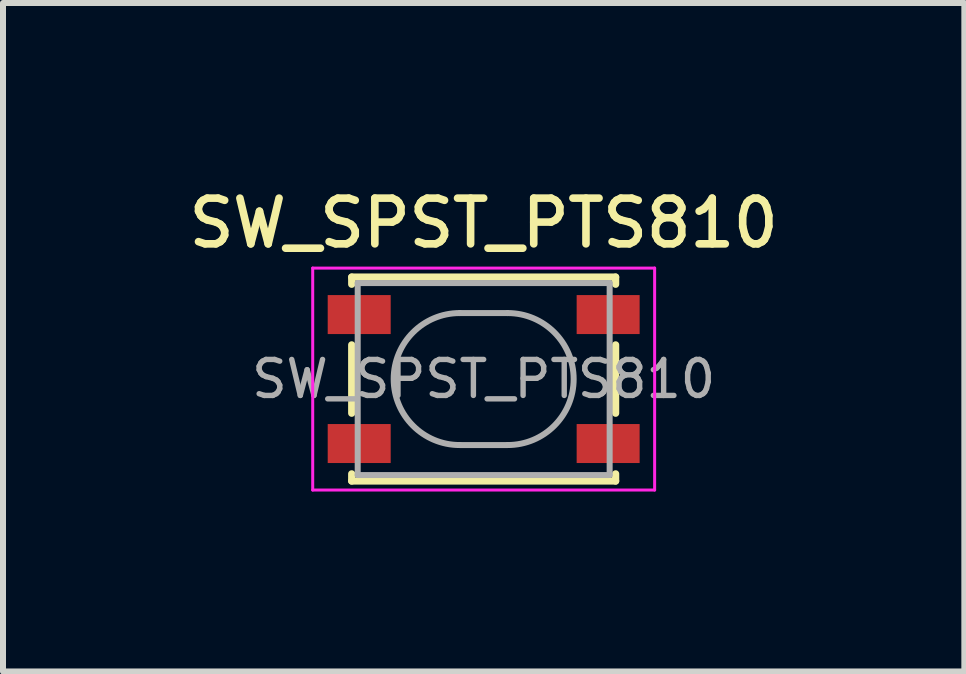
<source format=kicad_pcb>
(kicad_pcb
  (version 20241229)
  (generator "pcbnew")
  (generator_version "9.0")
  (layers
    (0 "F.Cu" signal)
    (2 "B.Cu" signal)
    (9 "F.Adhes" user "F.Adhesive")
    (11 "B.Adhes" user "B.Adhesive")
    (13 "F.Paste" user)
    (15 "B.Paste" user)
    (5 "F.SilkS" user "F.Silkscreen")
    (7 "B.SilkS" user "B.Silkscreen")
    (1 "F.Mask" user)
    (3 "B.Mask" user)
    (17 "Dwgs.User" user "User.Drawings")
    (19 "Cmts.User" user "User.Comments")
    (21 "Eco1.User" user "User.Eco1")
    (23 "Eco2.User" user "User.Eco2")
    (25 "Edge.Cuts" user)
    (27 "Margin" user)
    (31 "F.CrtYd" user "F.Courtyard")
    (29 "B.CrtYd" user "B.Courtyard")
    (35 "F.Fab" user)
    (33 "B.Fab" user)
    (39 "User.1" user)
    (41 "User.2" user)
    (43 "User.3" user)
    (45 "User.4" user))
  (footprint "SW_SPST_PTS810"
    (layer "F.Cu")
    (at 5.013 3.269)
    (property "Reference" "SW_SPST_PTS810" (at 0 -2.6 0) (layer "F.SilkS") (effects (font (size 0.762 0.762) (thickness 0.127))))
    (attr smd)
    (fp_line (start -2.2 -1.7) (end -2.2 -1.58) (stroke (width 0.12) (type solid)) (layer "F.SilkS"))
    (fp_line (start -2.2 -0.57) (end -2.2 0.57) (stroke (width 0.12) (type solid)) (layer "F.SilkS"))
    (fp_line (start -2.2 1.58) (end -2.2 1.7) (stroke (width 0.12) (type solid)) (layer "F.SilkS"))
    (fp_line (start -2.2 1.7) (end 2.2 1.7) (stroke (width 0.12) (type solid)) (layer "F.SilkS"))
    (fp_line (start 2.2 -1.7) (end -2.2 -1.7) (stroke (width 0.12) (type solid)) (layer "F.SilkS"))
    (fp_line (start 2.2 -1.58) (end 2.2 -1.7) (stroke (width 0.12) (type solid)) (layer "F.SilkS"))
    (fp_line (start 2.2 0.57) (end 2.2 -0.57) (stroke (width 0.12) (type solid)) (layer "F.SilkS"))
    (fp_line (start 2.2 1.7) (end 2.2 1.58) (stroke (width 0.12) (type solid)) (layer "F.SilkS"))
    (fp_line (start -2.85 -1.85) (end 2.85 -1.85) (stroke (width 0.05) (type solid)) (layer "F.CrtYd"))
    (fp_line (start -2.85 1.85) (end -2.85 -1.85) (stroke (width 0.05) (type solid)) (layer "F.CrtYd"))
    (fp_line (start 2.85 -1.85) (end 2.85 1.85) (stroke (width 0.05) (type solid)) (layer "F.CrtYd"))
    (fp_line (start 2.85 1.85) (end -2.85 1.85) (stroke (width 0.05) (type solid)) (layer "F.CrtYd"))
    (fp_line (start -2.1 -1.6) (end -2.1 1.6) (stroke (width 0.1) (type solid)) (layer "F.Fab"))
    (fp_line (start -2.1 1.6) (end 2.1 1.6) (stroke (width 0.1) (type solid)) (layer "F.Fab"))
    (fp_line (start -0.4 -1.1) (end 0.4 -1.1) (stroke (width 0.1) (type solid)) (layer "F.Fab"))
    (fp_line (start 0.4 1.1) (end -0.4 1.1) (stroke (width 0.1) (type solid)) (layer "F.Fab"))
    (fp_line (start 2.1 -1.6) (end -2.1 -1.6) (stroke (width 0.1) (type solid)) (layer "F.Fab"))
    (fp_line (start 2.1 1.6) (end 2.1 -1.6) (stroke (width 0.1) (type solid)) (layer "F.Fab"))
    (fp_arc (start -0.4 1.1) (mid -1.5 0) (end -0.4 -1.1) (stroke (width 0.1) (type solid)) (layer "F.Fab"))
    (fp_arc (start 0.4 -1.1) (mid 1.5 0) (end 0.4 1.1) (stroke (width 0.1) (type solid)) (layer "F.Fab"))
    (fp_text user "${REFERENCE}" (at 0 0 0) (layer "F.Fab") (effects (font (size 0.6 0.6) (thickness 0.09))))
    (pad "1" smd rect (at -2.075 -1.075) (size 1.05 0.65) (layers "F.Cu" "F.Mask" "F.Paste"))
    (pad "2" smd rect (at 2.075 -1.075) (size 1.05 0.65) (layers "F.Cu" "F.Mask" "F.Paste"))
    (pad "3" smd rect (at -2.075 1.075) (size 1.05 0.65) (layers "F.Cu" "F.Mask" "F.Paste"))
    (pad "4" smd rect (at 2.075 1.075) (size 1.05 0.65) (layers "F.Cu" "F.Mask" "F.Paste")))
  (gr_rect
    (start -3 -3)
    (end 13.026 8.144)
    (stroke (width 0.1) (type default))
    (fill no)
    (layer "Edge.Cuts")))
</source>
